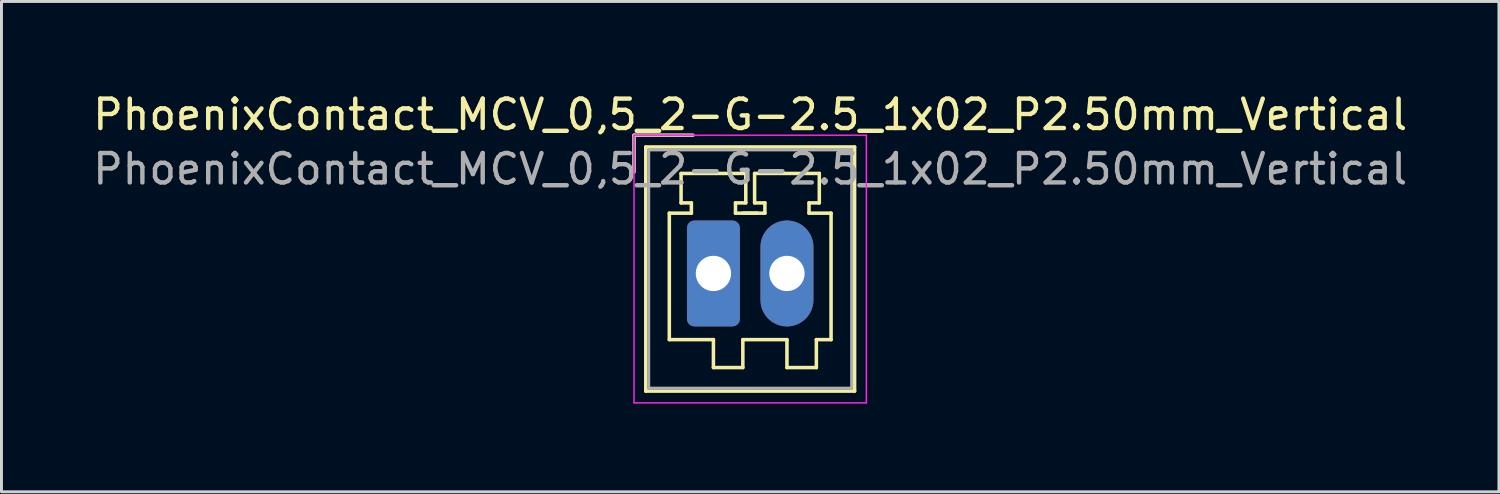
<source format=kicad_pcb>
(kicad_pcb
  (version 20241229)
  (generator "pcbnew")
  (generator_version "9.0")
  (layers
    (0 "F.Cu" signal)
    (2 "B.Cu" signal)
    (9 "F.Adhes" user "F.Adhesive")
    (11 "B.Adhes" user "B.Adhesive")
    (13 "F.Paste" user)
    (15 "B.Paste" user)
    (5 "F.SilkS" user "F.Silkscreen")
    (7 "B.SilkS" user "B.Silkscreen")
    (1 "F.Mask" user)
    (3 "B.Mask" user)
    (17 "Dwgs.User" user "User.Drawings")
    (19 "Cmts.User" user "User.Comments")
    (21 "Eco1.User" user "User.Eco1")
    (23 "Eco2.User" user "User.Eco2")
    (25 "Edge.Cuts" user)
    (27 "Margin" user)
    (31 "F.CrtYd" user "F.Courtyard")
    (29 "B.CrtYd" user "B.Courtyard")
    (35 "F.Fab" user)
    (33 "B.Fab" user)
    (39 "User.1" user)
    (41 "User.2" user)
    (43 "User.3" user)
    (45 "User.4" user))
  (footprint "PhoenixContact_MCV_0,5_2-G-2.5_1x02_P2.50mm_Vertical"
    (layer "F.Cu")
    (at 21.208 6.248)
    (property "Reference" "PhoenixContact_MCV_0,5_2-G-2.5_1x02_P2.50mm_Vertical" (at 1.25 -5.4 0) (layer "F.SilkS") (effects (font (size 1 1) (thickness 0.15))))
    (attr through_hole)
    (fp_line (start -2.7 -4.7) (end -0.7 -4.7) (stroke (width 0.12) (type solid)) (layer "F.SilkS"))
    (fp_line (start -2.7 -3.45) (end -2.7 -4.7) (stroke (width 0.12) (type solid)) (layer "F.SilkS"))
    (fp_line (start -2.3 -4.3) (end -2.3 4) (stroke (width 0.12) (type solid)) (layer "F.SilkS"))
    (fp_line (start -2.3 4) (end 4.8 4) (stroke (width 0.12) (type solid)) (layer "F.SilkS"))
    (fp_line (start -1.5 -2.05) (end -0.75 -2.05) (stroke (width 0.12) (type solid)) (layer "F.SilkS"))
    (fp_line (start -1.5 2.25) (end -1.5 -2.05) (stroke (width 0.12) (type solid)) (layer "F.SilkS"))
    (fp_line (start -1.1 -3.4) (end 1.1 -3.4) (stroke (width 0.12) (type solid)) (layer "F.SilkS"))
    (fp_line (start -1.1 -2.4) (end -1.1 -3.4) (stroke (width 0.12) (type solid)) (layer "F.SilkS"))
    (fp_line (start -0.75 -2.4) (end -1.1 -2.4) (stroke (width 0.12) (type solid)) (layer "F.SilkS"))
    (fp_line (start -0.75 -2.05) (end -0.75 -2.4) (stroke (width 0.12) (type solid)) (layer "F.SilkS"))
    (fp_line (start 0 2.25) (end -1.5 2.25) (stroke (width 0.12) (type solid)) (layer "F.SilkS"))
    (fp_line (start 0 2.25) (end 0 3.2) (stroke (width 0.12) (type solid)) (layer "F.SilkS"))
    (fp_line (start 0.75 -2.4) (end 0.75 -2.05) (stroke (width 0.12) (type solid)) (layer "F.SilkS"))
    (fp_line (start 0.75 -2.05) (end 1.5 -2.05) (stroke (width 0.12) (type solid)) (layer "F.SilkS"))
    (fp_line (start 1 -2.05) (end 1.75 -2.05) (stroke (width 0.12) (type solid)) (layer "F.SilkS"))
    (fp_line (start 1 2.25) (end 1 3.2) (stroke (width 0.12) (type solid)) (layer "F.SilkS"))
    (fp_line (start 1 2.25) (end 2.5 2.25) (stroke (width 0.12) (type solid)) (layer "F.SilkS"))
    (fp_line (start 1 3.2) (end 0 3.2) (stroke (width 0.12) (type solid)) (layer "F.SilkS"))
    (fp_line (start 1.1 -2.4) (end 0.75 -2.4) (stroke (width 0.12) (type solid)) (layer "F.SilkS"))
    (fp_line (start 1.1 -2.4) (end 1.1 -3.4) (stroke (width 0.12) (type solid)) (layer "F.SilkS"))
    (fp_line (start 1.4 -3.4) (end 1.4 -2.4) (stroke (width 0.12) (type solid)) (layer "F.SilkS"))
    (fp_line (start 1.4 -3.4) (end 3.6 -3.4) (stroke (width 0.12) (type solid)) (layer "F.SilkS"))
    (fp_line (start 1.75 -2.4) (end 1.4 -2.4) (stroke (width 0.12) (type solid)) (layer "F.SilkS"))
    (fp_line (start 1.75 -2.05) (end 1.75 -2.4) (stroke (width 0.12) (type solid)) (layer "F.SilkS"))
    (fp_line (start 2.5 2.25) (end 2.5 3.2) (stroke (width 0.12) (type solid)) (layer "F.SilkS"))
    (fp_line (start 3.25 -2.4) (end 3.25 -2.05) (stroke (width 0.12) (type solid)) (layer "F.SilkS"))
    (fp_line (start 3.25 -2.05) (end 4 -2.05) (stroke (width 0.12) (type solid)) (layer "F.SilkS"))
    (fp_line (start 3.5 2.25) (end 3.5 3.2) (stroke (width 0.12) (type solid)) (layer "F.SilkS"))
    (fp_line (start 3.5 3.2) (end 2.5 3.2) (stroke (width 0.12) (type solid)) (layer "F.SilkS"))
    (fp_line (start 3.6 -3.4) (end 3.6 -2.4) (stroke (width 0.12) (type solid)) (layer "F.SilkS"))
    (fp_line (start 3.6 -2.4) (end 3.25 -2.4) (stroke (width 0.12) (type solid)) (layer "F.SilkS"))
    (fp_line (start 4 -2.05) (end 4 2.25) (stroke (width 0.12) (type solid)) (layer "F.SilkS"))
    (fp_line (start 4 2.25) (end 3.5 2.25) (stroke (width 0.12) (type solid)) (layer "F.SilkS"))
    (fp_line (start 4.8 -4.3) (end -2.3 -4.3) (stroke (width 0.12) (type solid)) (layer "F.SilkS"))
    (fp_line (start 4.8 4) (end 4.8 -4.3) (stroke (width 0.12) (type solid)) (layer "F.SilkS"))
    (fp_line (start -2.7 -4.7) (end -2.7 4.4) (stroke (width 0.05) (type solid)) (layer "F.CrtYd"))
    (fp_line (start -2.7 4.4) (end 5.2 4.4) (stroke (width 0.05) (type solid)) (layer "F.CrtYd"))
    (fp_line (start 5.2 -4.7) (end -2.7 -4.7) (stroke (width 0.05) (type solid)) (layer "F.CrtYd"))
    (fp_line (start 5.2 4.4) (end 5.2 -4.7) (stroke (width 0.05) (type solid)) (layer "F.CrtYd"))
    (fp_line (start -2.7 -4.7) (end -0.7 -4.7) (stroke (width 0.1) (type solid)) (layer "F.Fab"))
    (fp_line (start -2.7 -3.45) (end -2.7 -4.7) (stroke (width 0.1) (type solid)) (layer "F.Fab"))
    (fp_line (start -2.2 -4.2) (end -2.2 3.9) (stroke (width 0.1) (type solid)) (layer "F.Fab"))
    (fp_line (start -2.2 3.9) (end 4.7 3.9) (stroke (width 0.1) (type solid)) (layer "F.Fab"))
    (fp_line (start 4.7 -4.2) (end -2.2 -4.2) (stroke (width 0.1) (type solid)) (layer "F.Fab"))
    (fp_line (start 4.7 3.9) (end 4.7 -4.2) (stroke (width 0.1) (type solid)) (layer "F.Fab"))
    (fp_text user "${REFERENCE}" (at 1.25 -3.55 0) (layer "F.Fab") (effects (font (size 1 1) (thickness 0.15))))
    (pad "1" thru_hole roundrect (at 0 0) (size 1.8 3.6) (drill 1.2) (layers "*.Cu" "*.Mask") (roundrect_rratio 0.139))
    (pad "2" thru_hole oval (at 2.5 0) (size 1.8 3.6) (drill 1.2) (layers "*.Cu" "*.Mask")))
  (gr_rect
    (start -3 -3)
    (end 47.917 13.673)
    (stroke (width 0.1) (type default))
    (fill no)
    (layer "Edge.Cuts")))
</source>
